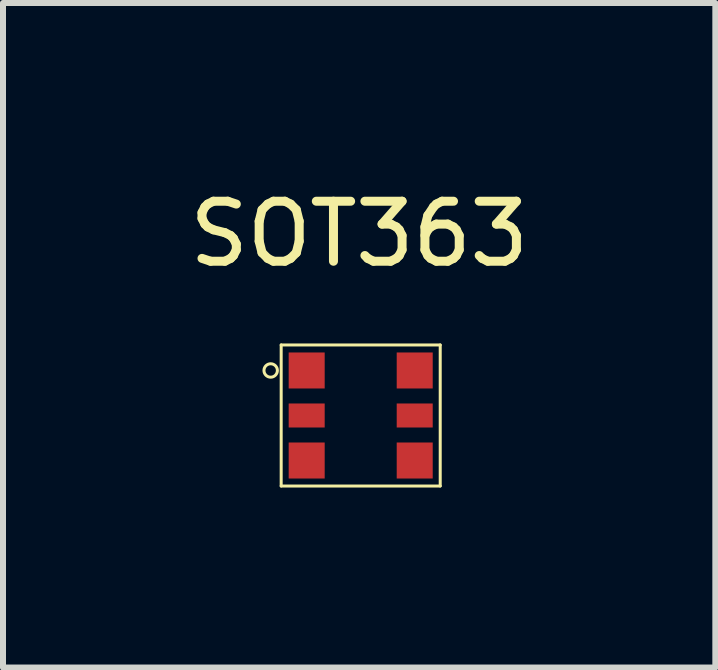
<source format=kicad_pcb>
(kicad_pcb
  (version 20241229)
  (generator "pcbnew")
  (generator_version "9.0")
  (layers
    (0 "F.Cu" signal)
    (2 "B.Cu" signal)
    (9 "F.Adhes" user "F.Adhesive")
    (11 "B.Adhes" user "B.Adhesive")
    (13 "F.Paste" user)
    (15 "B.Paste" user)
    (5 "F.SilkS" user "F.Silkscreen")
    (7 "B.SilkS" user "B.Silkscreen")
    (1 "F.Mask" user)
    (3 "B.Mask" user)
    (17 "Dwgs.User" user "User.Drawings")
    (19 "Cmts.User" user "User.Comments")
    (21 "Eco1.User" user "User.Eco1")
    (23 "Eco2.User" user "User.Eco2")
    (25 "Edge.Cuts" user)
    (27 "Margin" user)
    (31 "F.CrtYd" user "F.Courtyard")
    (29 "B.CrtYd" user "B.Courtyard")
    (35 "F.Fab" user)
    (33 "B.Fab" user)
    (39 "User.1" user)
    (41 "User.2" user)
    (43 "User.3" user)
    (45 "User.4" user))
  (footprint "SOT363"
    (layer "F.Cu")
    (at 2.955 3.878)
    (property "Reference" "SOT363" (at -0.02 -3.03 0) (layer "F.SilkS") (effects (font (size 1 1) (thickness 0.15))))
    (attr through_hole)
    (fp_line (start -1.32 -1.18) (end 1.33 -1.18) (stroke (width 0.05) (type solid)) (layer "F.SilkS"))
    (fp_line (start -1.32 1.17) (end -1.32 -1.18) (stroke (width 0.05) (type solid)) (layer "F.SilkS"))
    (fp_line (start 1.33 -1.18) (end 1.33 1.17) (stroke (width 0.05) (type solid)) (layer "F.SilkS"))
    (fp_line (start 1.33 1.17) (end -1.32 1.17) (stroke (width 0.05) (type solid)) (layer "F.SilkS"))
    (fp_circle (center -1.495 -0.755) (end -1.595 -0.805) (stroke (width 0.05) (type solid)) (fill no) (layer "F.SilkS"))
    (pad "1" smd rect (at -0.895 -0.755) (size 0.6 0.6) (layers "F.Cu" "F.Mask" "F.Paste"))
    (pad "2" smd rect (at -0.895 -0.005) (size 0.6 0.4) (layers "F.Cu" "F.Mask" "F.Paste"))
    (pad "3" smd rect (at -0.895 0.745) (size 0.6 0.6) (layers "F.Cu" "F.Mask" "F.Paste"))
    (pad "4" smd rect (at 0.905 0.745) (size 0.6 0.6) (layers "F.Cu" "F.Mask" "F.Paste"))
    (pad "5" smd rect (at 0.905 -0.005) (size 0.6 0.4) (layers "F.Cu" "F.Mask" "F.Paste"))
    (pad "6" smd rect (at 0.905 -0.755) (size 0.6 0.6) (layers "F.Cu" "F.Mask" "F.Paste")))
  (gr_rect
    (start -3 -3)
    (end 8.869 8.073)
    (stroke (width 0.1) (type default))
    (fill no)
    (layer "Edge.Cuts")))
</source>
